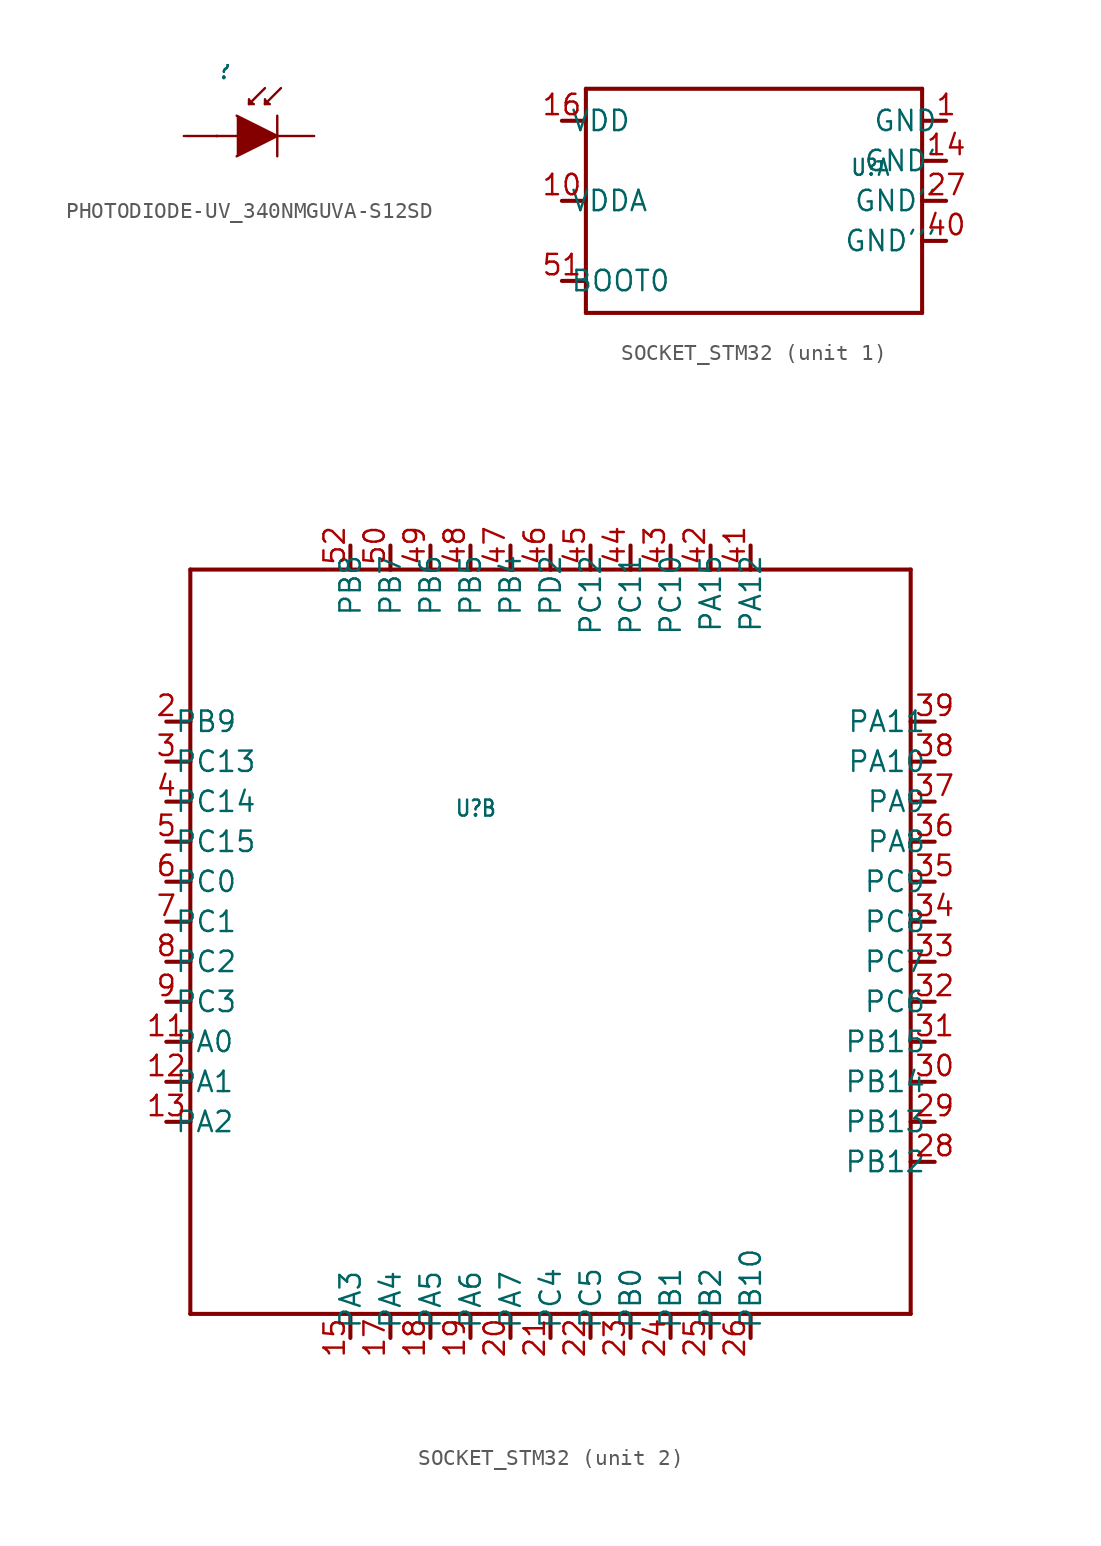
<source format=kicad_sym>
(kicad_symbol_lib
  (version 20241209)
  (generator "kicad_symbol_editor")
  (generator_version "9.0")
  (symbol "PHOTODIODE-UV_340NMGUVA-S12SD"
    (property "Reference" ""
      (at 2 3.5 0)
      (effects (font (size 1 0.85)) (justify left bottom)))
    (property "Value" ""
      (at 2 -3 0)
      (effects (font (size 1 0.85)) (justify left bottom)))
    (property "ki_locked" ""
      (at 0 0 0)
      (effects (font (size 1.27 1.27))))
    (symbol "PHOTODIODE-UV_340NMGUVA-S12SD_1_0"
      (polyline (pts (xy 1.96 0) (xy 2 0)) (stroke (width 0.152) (type solid)) (fill (type none)))
      (polyline (pts (xy 2 0) (xy 3.23 0)) (stroke (width 0.152) (type solid)) (fill (type none)))
      (polyline (pts (xy 2 0) (xy 0 0)) (stroke (width 0.15) (type solid)) (fill (type none)))
      (polyline (pts (xy 3.23 -1.27) (xy 5.77 0) (xy 3.23 1.27)) (stroke (width 0.152) (type solid)) (fill (type outline)))
      (polyline (pts (xy 4 2.3) (xy 4.3 2)) (stroke (width 0.1) (type solid)) (fill (type none)))
      (polyline (pts (xy 4 2) (xy 4.3 2)) (stroke (width 0.15) (type solid)) (fill (type none)))
      (polyline (pts (xy 4 2) (xy 4 2.3)) (stroke (width 0.15) (type solid)) (fill (type none)))
      (polyline (pts (xy 5 3) (xy 4 2)) (stroke (width 0.15) (type solid)) (fill (type none)))
      (polyline (pts (xy 5 2.3) (xy 5.3 2)) (stroke (width 0.1) (type solid)) (fill (type none)))
      (polyline (pts (xy 5 2.3) (xy 5 2)) (stroke (width 0.15) (type solid)) (fill (type none)))
      (polyline (pts (xy 5.3 2) (xy 5 2)) (stroke (width 0.15) (type solid)) (fill (type none)))
      (polyline (pts (xy 5.77 1.27) (xy 5.77 0)) (stroke (width 0.152) (type solid)) (fill (type none)))
      (polyline (pts (xy 5.77 0) (xy 5.77 -1.27)) (stroke (width 0.152) (type solid)) (fill (type none)))
      (polyline (pts (xy 6 3) (xy 5 2)) (stroke (width 0.15) (type solid)) (fill (type none)))
      (polyline (pts (xy 8 0) (xy 5.77 0)) (stroke (width 0.152) (type solid)) (fill (type none)))
      (pin bidirectional line (at -0.08 0 180) (length 0) (name "A" (effects (font (size 0 0)))) (number "2" (effects (font (size 0 0)))))
      (pin bidirectional line (at 8.08 0 0) (length 0) (name "K" (effects (font (size 0 0)))) (number "1" (effects (font (size 0 0)))))))
  (symbol "SOCKET_STM32"
    (property "Reference" "U"
      (at 21.5 -3.5 0)
      (effects (font (size 1 0.85)) (justify left bottom)))
    (property "Value" ""
      (at 21.5 -5 0)
      (effects (font (size 1 0.85)) (justify left bottom)))
    (property "ki_locked" ""
      (at 0 0 0)
      (effects (font (size 1.27 1.27))))
    (symbol "SOCKET_STM32_1_0"
      (polyline (pts (xy 3.5 0) (xy 5 0)) (stroke (width 0.254) (type solid)) (fill (type none)))
      (polyline (pts (xy 3.5 -5) (xy 5 -5)) (stroke (width 0.254) (type solid)) (fill (type none)))
      (polyline (pts (xy 3.5 -10) (xy 5 -10)) (stroke (width 0.254) (type solid)) (fill (type none)))
      (polyline (pts (xy 5 2) (xy 26 2)) (stroke (width 0.254) (type solid)) (fill (type none)))
      (polyline (pts (xy 5 0) (xy 5 2)) (stroke (width 0.254) (type solid)) (fill (type none)))
      (polyline (pts (xy 5 -5) (xy 5 0)) (stroke (width 0.254) (type solid)) (fill (type none)))
      (polyline (pts (xy 5 -10) (xy 5 -5)) (stroke (width 0.254) (type solid)) (fill (type none)))
      (polyline (pts (xy 5 -12) (xy 5 -10)) (stroke (width 0.254) (type solid)) (fill (type none)))
      (polyline (pts (xy 26 2) (xy 26 0)) (stroke (width 0.254) (type solid)) (fill (type none)))
      (polyline (pts (xy 26 0) (xy 26 -2.5)) (stroke (width 0.254) (type solid)) (fill (type none)))
      (polyline (pts (xy 26 0) (xy 27.5 0)) (stroke (width 0.254) (type solid)) (fill (type none)))
      (polyline (pts (xy 26 -2.5) (xy 26 -5)) (stroke (width 0.254) (type solid)) (fill (type none)))
      (polyline (pts (xy 26 -2.5) (xy 27.5 -2.5)) (stroke (width 0.254) (type solid)) (fill (type none)))
      (polyline (pts (xy 26 -5) (xy 27.5 -5)) (stroke (width 0.254) (type solid)) (fill (type none)))
      (polyline (pts (xy 26 -5) (xy 26 -7.5)) (stroke (width 0.254) (type solid)) (fill (type none)))
      (polyline (pts (xy 26 -7.5) (xy 26 -12)) (stroke (width 0.254) (type solid)) (fill (type none)))
      (polyline (pts (xy 26 -7.5) (xy 27.5 -7.5)) (stroke (width 0.254) (type solid)) (fill (type none)))
      (polyline (pts (xy 26 -12) (xy 5 -12)) (stroke (width 0.254) (type solid)) (fill (type none)))
      (pin bidirectional line (at 3.5 0 0) (length 0) (name "VDD" (effects (font (size 1.27 1.27)))) (number "16" (effects (font (size 1.27 1.27)))))
      (pin bidirectional line (at 3.5 -5 0) (length 0) (name "VDDA" (effects (font (size 1.27 1.27)))) (number "10" (effects (font (size 1.27 1.27)))))
      (pin bidirectional line (at 3.5 -10 0) (length 0) (name "BOOT0" (effects (font (size 1.27 1.27)))) (number "51" (effects (font (size 1.27 1.27)))))
      (pin bidirectional line (at 27.5 0 180) (length 0) (name "GND" (effects (font (size 1.27 1.27)))) (number "1" (effects (font (size 1.27 1.27)))))
      (pin bidirectional line (at 27.5 -2.5 180) (length 0) (name "GND'" (effects (font (size 1.27 1.27)))) (number "14" (effects (font (size 1.27 1.27)))))
      (pin bidirectional line (at 27.5 -5 180) (length 0) (name "GND''" (effects (font (size 1.27 1.27)))) (number "27" (effects (font (size 1.27 1.27)))))
      (pin bidirectional line (at 27.5 -7.5 180) (length 0) (name "GND'''" (effects (font (size 1.27 1.27)))) (number "40" (effects (font (size 1.27 1.27))))))
    (symbol "SOCKET_STM32_2_0"
      (polyline (pts (xy 3.5 2.5) (xy 5 2.5)) (stroke (width 0.254) (type solid)) (fill (type none)))
      (polyline (pts (xy 3.5 0) (xy 5 0)) (stroke (width 0.254) (type solid)) (fill (type none)))
      (polyline (pts (xy 3.5 -2.5) (xy 5 -2.5)) (stroke (width 0.254) (type solid)) (fill (type none)))
      (polyline (pts (xy 3.5 -5) (xy 5 -5)) (stroke (width 0.254) (type solid)) (fill (type none)))
      (polyline (pts (xy 3.5 -7.5) (xy 5 -7.5)) (stroke (width 0.254) (type solid)) (fill (type none)))
      (polyline (pts (xy 3.5 -10) (xy 5 -10)) (stroke (width 0.254) (type solid)) (fill (type none)))
      (polyline (pts (xy 3.5 -12.5) (xy 5 -12.5)) (stroke (width 0.254) (type solid)) (fill (type none)))
      (polyline (pts (xy 3.5 -15) (xy 5 -15)) (stroke (width 0.254) (type solid)) (fill (type none)))
      (polyline (pts (xy 3.5 -17.5) (xy 5 -17.5)) (stroke (width 0.254) (type solid)) (fill (type none)))
      (polyline (pts (xy 3.5 -20) (xy 5 -20)) (stroke (width 0.254) (type solid)) (fill (type none)))
      (polyline (pts (xy 3.5 -22.5) (xy 5 -22.5)) (stroke (width 0.254) (type solid)) (fill (type none)))
      (polyline (pts (xy 5 12) (xy 15 12)) (stroke (width 0.254) (type solid)) (fill (type none)))
      (polyline (pts (xy 5 2.5) (xy 5 12)) (stroke (width 0.254) (type solid)) (fill (type none)))
      (polyline (pts (xy 5 0) (xy 5 2.5)) (stroke (width 0.254) (type solid)) (fill (type none)))
      (polyline (pts (xy 5 -2.5) (xy 5 0)) (stroke (width 0.254) (type solid)) (fill (type none)))
      (polyline (pts (xy 5 -5) (xy 5 -2.5)) (stroke (width 0.254) (type solid)) (fill (type none)))
      (polyline (pts (xy 5 -7.5) (xy 5 -5)) (stroke (width 0.254) (type solid)) (fill (type none)))
      (polyline (pts (xy 5 -10) (xy 5 -7.5)) (stroke (width 0.254) (type solid)) (fill (type none)))
      (polyline (pts (xy 5 -12.5) (xy 5 -10)) (stroke (width 0.254) (type solid)) (fill (type none)))
      (polyline (pts (xy 5 -15) (xy 5 -12.5)) (stroke (width 0.254) (type solid)) (fill (type none)))
      (polyline (pts (xy 5 -17.5) (xy 5 -15)) (stroke (width 0.254) (type solid)) (fill (type none)))
      (polyline (pts (xy 5 -20) (xy 5 -17.5)) (stroke (width 0.254) (type solid)) (fill (type none)))
      (polyline (pts (xy 5 -22.5) (xy 5 -20)) (stroke (width 0.254) (type solid)) (fill (type none)))
      (polyline (pts (xy 5 -34.5) (xy 5 -22.5)) (stroke (width 0.254) (type solid)) (fill (type none)))
      (polyline (pts (xy 15 12) (xy 15 13.5)) (stroke (width 0.254) (type solid)) (fill (type none)))
      (polyline (pts (xy 15 12) (xy 17.5 12)) (stroke (width 0.254) (type solid)) (fill (type none)))
      (polyline (pts (xy 15 -34.5) (xy 5 -34.5)) (stroke (width 0.254) (type solid)) (fill (type none)))
      (polyline (pts (xy 15 -36) (xy 15 -34.5)) (stroke (width 0.254) (type solid)) (fill (type none)))
      (polyline (pts (xy 17.5 12) (xy 20 12)) (stroke (width 0.254) (type solid)) (fill (type none)))
      (polyline (pts (xy 17.5 12) (xy 17.5 13.5)) (stroke (width 0.254) (type solid)) (fill (type none)))
      (polyline (pts (xy 17.5 -34.5) (xy 15 -34.5)) (stroke (width 0.254) (type solid)) (fill (type none)))
      (polyline (pts (xy 17.5 -36) (xy 17.5 -34.5)) (stroke (width 0.254) (type solid)) (fill (type none)))
      (polyline (pts (xy 20 12) (xy 22.5 12)) (stroke (width 0.254) (type solid)) (fill (type none)))
      (polyline (pts (xy 20 12) (xy 20 13.5)) (stroke (width 0.254) (type solid)) (fill (type none)))
      (polyline (pts (xy 20 -34.5) (xy 17.5 -34.5)) (stroke (width 0.254) (type solid)) (fill (type none)))
      (polyline (pts (xy 20 -36) (xy 20 -34.5)) (stroke (width 0.254) (type solid)) (fill (type none)))
      (polyline (pts (xy 22.5 12) (xy 22.5 13.5)) (stroke (width 0.254) (type solid)) (fill (type none)))
      (polyline (pts (xy 22.5 12) (xy 25 12)) (stroke (width 0.254) (type solid)) (fill (type none)))
      (polyline (pts (xy 22.5 -34.5) (xy 20 -34.5)) (stroke (width 0.254) (type solid)) (fill (type none)))
      (polyline (pts (xy 22.5 -36) (xy 22.5 -34.5)) (stroke (width 0.254) (type solid)) (fill (type none)))
      (polyline (pts (xy 25 12) (xy 25 13.5)) (stroke (width 0.254) (type solid)) (fill (type none)))
      (polyline (pts (xy 25 12) (xy 27.5 12)) (stroke (width 0.254) (type solid)) (fill (type none)))
      (polyline (pts (xy 25 -34.5) (xy 22.5 -34.5)) (stroke (width 0.254) (type solid)) (fill (type none)))
      (polyline (pts (xy 25 -36) (xy 25 -34.5)) (stroke (width 0.254) (type solid)) (fill (type none)))
      (polyline (pts (xy 27.5 12) (xy 27.5 13.5)) (stroke (width 0.254) (type solid)) (fill (type none)))
      (polyline (pts (xy 27.5 12) (xy 30 12)) (stroke (width 0.254) (type solid)) (fill (type none)))
      (polyline (pts (xy 27.5 -34.5) (xy 25 -34.5)) (stroke (width 0.254) (type solid)) (fill (type none)))
      (polyline (pts (xy 27.5 -36) (xy 27.5 -34.5)) (stroke (width 0.254) (type solid)) (fill (type none)))
      (polyline (pts (xy 30 12) (xy 30 13.5)) (stroke (width 0.254) (type solid)) (fill (type none)))
      (polyline (pts (xy 30 12) (xy 32.5 12)) (stroke (width 0.254) (type solid)) (fill (type none)))
      (polyline (pts (xy 30 -34.5) (xy 27.5 -34.5)) (stroke (width 0.254) (type solid)) (fill (type none)))
      (polyline (pts (xy 30 -36) (xy 30 -34.5)) (stroke (width 0.254) (type solid)) (fill (type none)))
      (polyline (pts (xy 32.5 12) (xy 32.5 13.5)) (stroke (width 0.254) (type solid)) (fill (type none)))
      (polyline (pts (xy 32.5 12) (xy 35 12)) (stroke (width 0.254) (type solid)) (fill (type none)))
      (polyline (pts (xy 32.5 -34.5) (xy 30 -34.5)) (stroke (width 0.254) (type solid)) (fill (type none)))
      (polyline (pts (xy 32.5 -36) (xy 32.5 -34.5)) (stroke (width 0.254) (type solid)) (fill (type none)))
      (polyline (pts (xy 35 12) (xy 37.5 12)) (stroke (width 0.254) (type solid)) (fill (type none)))
      (polyline (pts (xy 35 12) (xy 35 13.5)) (stroke (width 0.254) (type solid)) (fill (type none)))
      (polyline (pts (xy 35 -34.5) (xy 32.5 -34.5)) (stroke (width 0.254) (type solid)) (fill (type none)))
      (polyline (pts (xy 35 -36) (xy 35 -34.5)) (stroke (width 0.254) (type solid)) (fill (type none)))
      (polyline (pts (xy 37.5 12) (xy 40 12)) (stroke (width 0.254) (type solid)) (fill (type none)))
      (polyline (pts (xy 37.5 12) (xy 37.5 13.5)) (stroke (width 0.254) (type solid)) (fill (type none)))
      (polyline (pts (xy 37.5 -34.5) (xy 35 -34.5)) (stroke (width 0.254) (type solid)) (fill (type none)))
      (polyline (pts (xy 37.5 -36) (xy 37.5 -34.5)) (stroke (width 0.254) (type solid)) (fill (type none)))
      (polyline (pts (xy 40 12) (xy 40 13.5)) (stroke (width 0.254) (type solid)) (fill (type none)))
      (polyline (pts (xy 40 12) (xy 50 12)) (stroke (width 0.254) (type solid)) (fill (type none)))
      (polyline (pts (xy 40 -34.5) (xy 37.5 -34.5)) (stroke (width 0.254) (type solid)) (fill (type none)))
      (polyline (pts (xy 40 -36) (xy 40 -34.5)) (stroke (width 0.254) (type solid)) (fill (type none)))
      (polyline (pts (xy 50 12) (xy 50 2.5)) (stroke (width 0.254) (type solid)) (fill (type none)))
      (polyline (pts (xy 50 2.5) (xy 50 0)) (stroke (width 0.254) (type solid)) (fill (type none)))
      (polyline (pts (xy 50 0) (xy 50 -2.5)) (stroke (width 0.254) (type solid)) (fill (type none)))
      (polyline (pts (xy 50 -2.5) (xy 50 -5)) (stroke (width 0.254) (type solid)) (fill (type none)))
      (polyline (pts (xy 50 -5) (xy 50 -7.5)) (stroke (width 0.254) (type solid)) (fill (type none)))
      (polyline (pts (xy 50 -7.5) (xy 50 -10)) (stroke (width 0.254) (type solid)) (fill (type none)))
      (polyline (pts (xy 50 -10) (xy 50 -12.5)) (stroke (width 0.254) (type solid)) (fill (type none)))
      (polyline (pts (xy 50 -12.5) (xy 50 -15)) (stroke (width 0.254) (type solid)) (fill (type none)))
      (polyline (pts (xy 50 -15) (xy 50 -17.5)) (stroke (width 0.254) (type solid)) (fill (type none)))
      (polyline (pts (xy 50 -17.5) (xy 50 -20)) (stroke (width 0.254) (type solid)) (fill (type none)))
      (polyline (pts (xy 50 -20) (xy 50 -22.5)) (stroke (width 0.254) (type solid)) (fill (type none)))
      (polyline (pts (xy 50 -22.5) (xy 50 -25)) (stroke (width 0.254) (type solid)) (fill (type none)))
      (polyline (pts (xy 50 -25) (xy 50 -34.5)) (stroke (width 0.254) (type solid)) (fill (type none)))
      (polyline (pts (xy 50 -34.5) (xy 40 -34.5)) (stroke (width 0.254) (type solid)) (fill (type none)))
      (polyline (pts (xy 51.5 2.5) (xy 50 2.5)) (stroke (width 0.254) (type solid)) (fill (type none)))
      (polyline (pts (xy 51.5 0) (xy 50 0)) (stroke (width 0.254) (type solid)) (fill (type none)))
      (polyline (pts (xy 51.5 -2.5) (xy 50 -2.5)) (stroke (width 0.254) (type solid)) (fill (type none)))
      (polyline (pts (xy 51.5 -5) (xy 50 -5)) (stroke (width 0.254) (type solid)) (fill (type none)))
      (polyline (pts (xy 51.5 -7.5) (xy 50 -7.5)) (stroke (width 0.254) (type solid)) (fill (type none)))
      (polyline (pts (xy 51.5 -10) (xy 50 -10)) (stroke (width 0.254) (type solid)) (fill (type none)))
      (polyline (pts (xy 51.5 -12.5) (xy 50 -12.5)) (stroke (width 0.254) (type solid)) (fill (type none)))
      (polyline (pts (xy 51.5 -15) (xy 50 -15)) (stroke (width 0.254) (type solid)) (fill (type none)))
      (polyline (pts (xy 51.5 -17.5) (xy 50 -17.5)) (stroke (width 0.254) (type solid)) (fill (type none)))
      (polyline (pts (xy 51.5 -20) (xy 50 -20)) (stroke (width 0.254) (type solid)) (fill (type none)))
      (polyline (pts (xy 51.5 -22.5) (xy 50 -22.5)) (stroke (width 0.254) (type solid)) (fill (type none)))
      (polyline (pts (xy 51.5 -25) (xy 50 -25)) (stroke (width 0.254) (type solid)) (fill (type none)))
      (pin bidirectional line (at 3.5 2.5 0) (length 0) (name "PB9" (effects (font (size 1.27 1.27)))) (number "2" (effects (font (size 1.27 1.27)))))
      (pin bidirectional line (at 3.5 0 0) (length 0) (name "PC13" (effects (font (size 1.27 1.27)))) (number "3" (effects (font (size 1.27 1.27)))))
      (pin bidirectional line (at 3.5 -2.5 0) (length 0) (name "PC14" (effects (font (size 1.27 1.27)))) (number "4" (effects (font (size 1.27 1.27)))))
      (pin bidirectional line (at 3.5 -5 0) (length 0) (name "PC15" (effects (font (size 1.27 1.27)))) (number "5" (effects (font (size 1.27 1.27)))))
      (pin bidirectional line (at 3.5 -7.5 0) (length 0) (name "PC0" (effects (font (size 1.27 1.27)))) (number "6" (effects (font (size 1.27 1.27)))))
      (pin bidirectional line (at 3.5 -10 0) (length 0) (name "PC1" (effects (font (size 1.27 1.27)))) (number "7" (effects (font (size 1.27 1.27)))))
      (pin bidirectional line (at 3.5 -12.5 0) (length 0) (name "PC2" (effects (font (size 1.27 1.27)))) (number "8" (effects (font (size 1.27 1.27)))))
      (pin bidirectional line (at 3.5 -15 0) (length 0) (name "PC3" (effects (font (size 1.27 1.27)))) (number "9" (effects (font (size 1.27 1.27)))))
      (pin bidirectional line (at 3.5 -17.5 0) (length 0) (name "PA0" (effects (font (size 1.27 1.27)))) (number "11" (effects (font (size 1.27 1.27)))))
      (pin bidirectional line (at 3.5 -20 0) (length 0) (name "PA1" (effects (font (size 1.27 1.27)))) (number "12" (effects (font (size 1.27 1.27)))))
      (pin bidirectional line (at 3.5 -22.5 0) (length 0) (name "PA2" (effects (font (size 1.27 1.27)))) (number "13" (effects (font (size 1.27 1.27)))))
      (pin bidirectional line (at 15 13.5 270) (length 0) (name "PB8" (effects (font (size 1.27 1.27)))) (number "52" (effects (font (size 1.27 1.27)))))
      (pin bidirectional line (at 15 -36 90) (length 0) (name "PA3" (effects (font (size 1.27 1.27)))) (number "15" (effects (font (size 1.27 1.27)))))
      (pin bidirectional line (at 17.5 13.5 270) (length 0) (name "PB7" (effects (font (size 1.27 1.27)))) (number "50" (effects (font (size 1.27 1.27)))))
      (pin bidirectional line (at 17.5 -36 90) (length 0) (name "PA4" (effects (font (size 1.27 1.27)))) (number "17" (effects (font (size 1.27 1.27)))))
      (pin bidirectional line (at 20 13.5 270) (length 0) (name "PB6" (effects (font (size 1.27 1.27)))) (number "49" (effects (font (size 1.27 1.27)))))
      (pin bidirectional line (at 20 -36 90) (length 0) (name "PA5" (effects (font (size 1.27 1.27)))) (number "18" (effects (font (size 1.27 1.27)))))
      (pin bidirectional line (at 22.5 13.5 270) (length 0) (name "PB5" (effects (font (size 1.27 1.27)))) (number "48" (effects (font (size 1.27 1.27)))))
      (pin bidirectional line (at 22.5 -36 90) (length 0) (name "PA6" (effects (font (size 1.27 1.27)))) (number "19" (effects (font (size 1.27 1.27)))))
      (pin bidirectional line (at 25 13.5 270) (length 0) (name "PB4" (effects (font (size 1.27 1.27)))) (number "47" (effects (font (size 1.27 1.27)))))
      (pin bidirectional line (at 25 -36 90) (length 0) (name "PA7" (effects (font (size 1.27 1.27)))) (number "20" (effects (font (size 1.27 1.27)))))
      (pin bidirectional line (at 27.5 13.5 270) (length 0) (name "PD2" (effects (font (size 1.27 1.27)))) (number "46" (effects (font (size 1.27 1.27)))))
      (pin bidirectional line (at 27.5 -36 90) (length 0) (name "PC4" (effects (font (size 1.27 1.27)))) (number "21" (effects (font (size 1.27 1.27)))))
      (pin bidirectional line (at 30 13.5 270) (length 0) (name "PC12" (effects (font (size 1.27 1.27)))) (number "45" (effects (font (size 1.27 1.27)))))
      (pin bidirectional line (at 30 -36 90) (length 0) (name "PC5" (effects (font (size 1.27 1.27)))) (number "22" (effects (font (size 1.27 1.27)))))
      (pin bidirectional line (at 32.5 13.5 270) (length 0) (name "PC11" (effects (font (size 1.27 1.27)))) (number "44" (effects (font (size 1.27 1.27)))))
      (pin bidirectional line (at 32.5 -36 90) (length 0) (name "PB0" (effects (font (size 1.27 1.27)))) (number "23" (effects (font (size 1.27 1.27)))))
      (pin bidirectional line (at 35 13.5 270) (length 0) (name "PC10" (effects (font (size 1.27 1.27)))) (number "43" (effects (font (size 1.27 1.27)))))
      (pin bidirectional line (at 35 -36 90) (length 0) (name "PB1" (effects (font (size 1.27 1.27)))) (number "24" (effects (font (size 1.27 1.27)))))
      (pin bidirectional line (at 37.5 13.5 270) (length 0) (name "PA15" (effects (font (size 1.27 1.27)))) (number "42" (effects (font (size 1.27 1.27)))))
      (pin bidirectional line (at 37.5 -36 90) (length 0) (name "PB2" (effects (font (size 1.27 1.27)))) (number "25" (effects (font (size 1.27 1.27)))))
      (pin bidirectional line (at 40 13.5 270) (length 0) (name "PA12" (effects (font (size 1.27 1.27)))) (number "41" (effects (font (size 1.27 1.27)))))
      (pin bidirectional line (at 40 -36 90) (length 0) (name "PB10" (effects (font (size 1.27 1.27)))) (number "26" (effects (font (size 1.27 1.27)))))
      (pin bidirectional line (at 51.5 2.5 180) (length 0) (name "PA11" (effects (font (size 1.27 1.27)))) (number "39" (effects (font (size 1.27 1.27)))))
      (pin bidirectional line (at 51.5 0 180) (length 0) (name "PA10" (effects (font (size 1.27 1.27)))) (number "38" (effects (font (size 1.27 1.27)))))
      (pin bidirectional line (at 51.5 -2.5 180) (length 0) (name "PA9" (effects (font (size 1.27 1.27)))) (number "37" (effects (font (size 1.27 1.27)))))
      (pin bidirectional line (at 51.5 -5 180) (length 0) (name "PA8" (effects (font (size 1.27 1.27)))) (number "36" (effects (font (size 1.27 1.27)))))
      (pin bidirectional line (at 51.5 -7.5 180) (length 0) (name "PC9" (effects (font (size 1.27 1.27)))) (number "35" (effects (font (size 1.27 1.27)))))
      (pin bidirectional line (at 51.5 -10 180) (length 0) (name "PC8" (effects (font (size 1.27 1.27)))) (number "34" (effects (font (size 1.27 1.27)))))
      (pin bidirectional line (at 51.5 -12.5 180) (length 0) (name "PC7" (effects (font (size 1.27 1.27)))) (number "33" (effects (font (size 1.27 1.27)))))
      (pin bidirectional line (at 51.5 -15 180) (length 0) (name "PC6" (effects (font (size 1.27 1.27)))) (number "32" (effects (font (size 1.27 1.27)))))
      (pin bidirectional line (at 51.5 -17.5 180) (length 0) (name "PB15" (effects (font (size 1.27 1.27)))) (number "31" (effects (font (size 1.27 1.27)))))
      (pin bidirectional line (at 51.5 -20 180) (length 0) (name "PB14" (effects (font (size 1.27 1.27)))) (number "30" (effects (font (size 1.27 1.27)))))
      (pin bidirectional line (at 51.5 -22.5 180) (length 0) (name "PB13" (effects (font (size 1.27 1.27)))) (number "29" (effects (font (size 1.27 1.27)))))
      (pin bidirectional line (at 51.5 -25 180) (length 0) (name "PB12" (effects (font (size 1.27 1.27)))) (number "28" (effects (font (size 1.27 1.27))))))))
</source>
